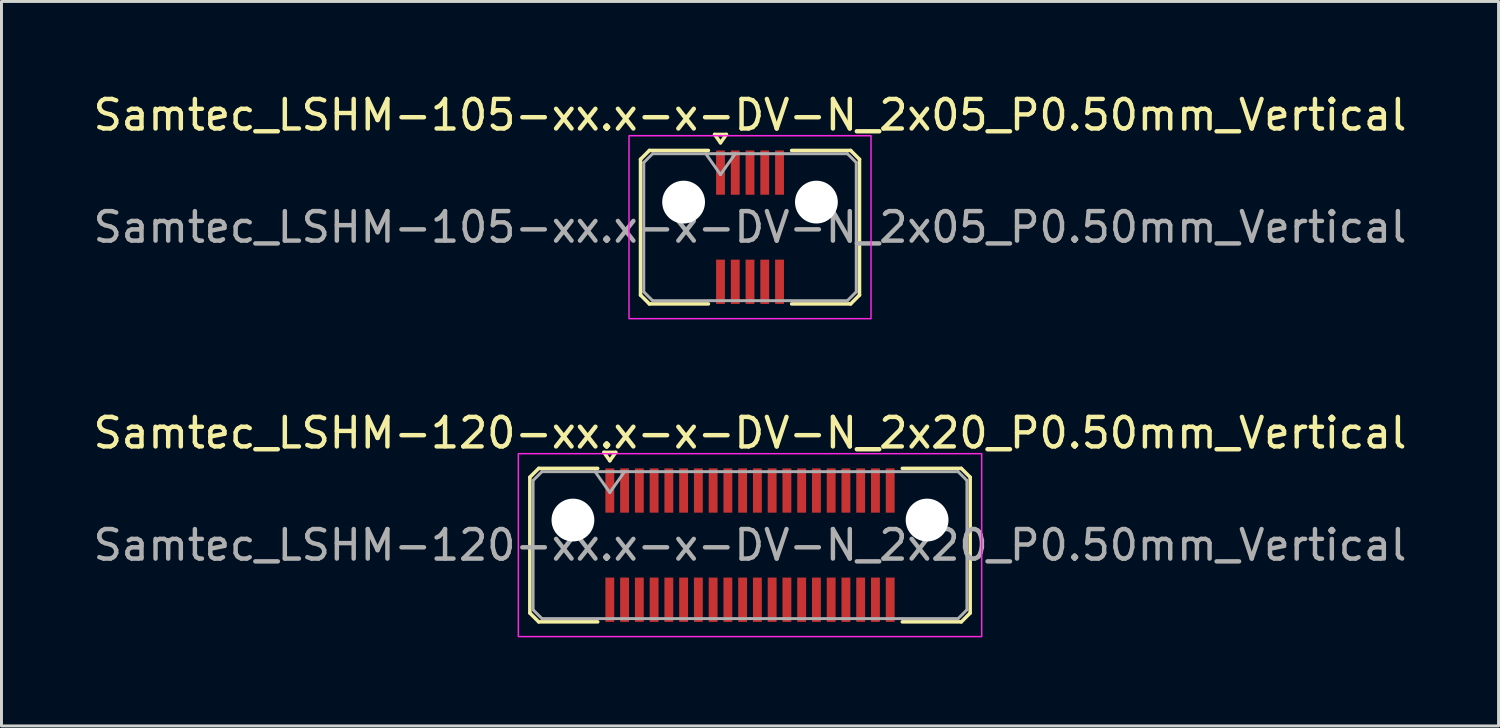
<source format=kicad_pcb>
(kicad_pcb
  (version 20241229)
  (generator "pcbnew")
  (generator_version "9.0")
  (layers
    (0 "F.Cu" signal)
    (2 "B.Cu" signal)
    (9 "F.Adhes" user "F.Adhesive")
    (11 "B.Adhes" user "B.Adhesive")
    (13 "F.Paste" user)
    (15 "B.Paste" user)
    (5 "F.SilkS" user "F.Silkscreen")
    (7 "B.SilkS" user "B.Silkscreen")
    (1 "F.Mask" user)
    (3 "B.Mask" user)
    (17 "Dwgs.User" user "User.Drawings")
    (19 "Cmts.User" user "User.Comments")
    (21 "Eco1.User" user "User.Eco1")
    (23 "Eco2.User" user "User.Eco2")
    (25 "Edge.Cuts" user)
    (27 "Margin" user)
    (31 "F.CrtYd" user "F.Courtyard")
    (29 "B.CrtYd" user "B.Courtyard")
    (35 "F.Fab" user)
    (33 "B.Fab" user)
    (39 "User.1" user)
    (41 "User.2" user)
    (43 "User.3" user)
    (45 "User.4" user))
  (footprint "Samtec_LSHM-105-xx.x-x-DV-N_2x05_P0.50mm_Vertical"
    (layer "F.Cu")
    (at 22.363 4.648)
    (property "Reference" "Samtec_LSHM-105-xx.x-x-DV-N_2x05_P0.50mm_Vertical" (at 0 -3.8 0) (layer "F.SilkS") (effects (font (size 1 1) (thickness 0.15))))
    (attr smd)
    (fp_line (start -3.71 -2.3) (end -3.71 2.3) (stroke (width 0.12) (type solid)) (layer "F.SilkS"))
    (fp_line (start -3.71 2.3) (end -3.41 2.6) (stroke (width 0.12) (type solid)) (layer "F.SilkS"))
    (fp_line (start -3.41 -2.6) (end -3.71 -2.3) (stroke (width 0.12) (type solid)) (layer "F.SilkS"))
    (fp_line (start -3.41 2.6) (end -1.41 2.6) (stroke (width 0.12) (type solid)) (layer "F.SilkS"))
    (fp_line (start -1.41 -2.6) (end -3.41 -2.6) (stroke (width 0.12) (type solid)) (layer "F.SilkS"))
    (fp_line (start -1.2 -3.143) (end -0.8 -3.143) (stroke (width 0.12) (type solid)) (layer "F.SilkS"))
    (fp_line (start -1 -2.86) (end -1.2 -3.143) (stroke (width 0.12) (type solid)) (layer "F.SilkS"))
    (fp_line (start -0.8 -3.143) (end -1 -2.86) (stroke (width 0.12) (type solid)) (layer "F.SilkS"))
    (fp_line (start 1.41 -2.6) (end 3.41 -2.6) (stroke (width 0.12) (type solid)) (layer "F.SilkS"))
    (fp_line (start 3.41 -2.6) (end 3.71 -2.3) (stroke (width 0.12) (type solid)) (layer "F.SilkS"))
    (fp_line (start 3.41 2.6) (end 1.41 2.6) (stroke (width 0.12) (type solid)) (layer "F.SilkS"))
    (fp_line (start 3.71 -2.3) (end 3.71 2.3) (stroke (width 0.12) (type solid)) (layer "F.SilkS"))
    (fp_line (start 3.71 2.3) (end 3.41 2.6) (stroke (width 0.12) (type solid)) (layer "F.SilkS"))
    (fp_rect (start -4.1 -3.1) (end 4.1 3.1) (stroke (width 0.05) (type solid)) (fill no) (layer "F.CrtYd"))
    (fp_line (start -3.6 -2.19) (end -3.6 2.19) (stroke (width 0.1) (type solid)) (layer "F.Fab"))
    (fp_line (start -3.6 2.19) (end -3.3 2.49) (stroke (width 0.1) (type solid)) (layer "F.Fab"))
    (fp_line (start -3.3 -2.49) (end -3.6 -2.19) (stroke (width 0.1) (type solid)) (layer "F.Fab"))
    (fp_line (start -3.3 2.49) (end 0 2.49) (stroke (width 0.1) (type solid)) (layer "F.Fab"))
    (fp_line (start -1.5 -2.49) (end -1 -1.783) (stroke (width 0.1) (type solid)) (layer "F.Fab"))
    (fp_line (start -1 -1.783) (end -0.5 -2.49) (stroke (width 0.1) (type solid)) (layer "F.Fab"))
    (fp_line (start 0 -2.49) (end -3.3 -2.49) (stroke (width 0.1) (type solid)) (layer "F.Fab"))
    (fp_line (start 0 -2.49) (end 3.3 -2.49) (stroke (width 0.1) (type solid)) (layer "F.Fab"))
    (fp_line (start 3.3 -2.49) (end 3.6 -2.19) (stroke (width 0.1) (type solid)) (layer "F.Fab"))
    (fp_line (start 3.3 2.49) (end 0 2.49) (stroke (width 0.1) (type solid)) (layer "F.Fab"))
    (fp_line (start 3.6 -2.19) (end 3.6 2.19) (stroke (width 0.1) (type solid)) (layer "F.Fab"))
    (fp_line (start 3.6 2.19) (end 3.3 2.49) (stroke (width 0.1) (type solid)) (layer "F.Fab"))
    (fp_text user "${REFERENCE}" (at 0 0 0) (layer "F.Fab") (effects (font (size 1 1) (thickness 0.15))))
    (pad "" np_thru_hole circle (at -2.25 -0.85) (size 1.45 1.45) (drill 1.45) (layers "*.Cu" "*.Mask"))
    (pad "" np_thru_hole circle (at 2.25 -0.85) (size 1.45 1.45) (drill 1.45) (layers "*.Cu" "*.Mask"))
    (pad "1" smd rect (at -1 -1.85) (size 0.3 1.5) (layers "F.Cu" "F.Mask" "F.Paste"))
    (pad "2" smd rect (at -1 1.85) (size 0.3 1.5) (layers "F.Cu" "F.Mask" "F.Paste"))
    (pad "3" smd rect (at -0.5 -1.85) (size 0.3 1.5) (layers "F.Cu" "F.Mask" "F.Paste"))
    (pad "4" smd rect (at -0.5 1.85) (size 0.3 1.5) (layers "F.Cu" "F.Mask" "F.Paste"))
    (pad "5" smd rect (at 0 -1.85) (size 0.3 1.5) (layers "F.Cu" "F.Mask" "F.Paste"))
    (pad "6" smd rect (at 0 1.85) (size 0.3 1.5) (layers "F.Cu" "F.Mask" "F.Paste"))
    (pad "7" smd rect (at 0.5 -1.85) (size 0.3 1.5) (layers "F.Cu" "F.Mask" "F.Paste"))
    (pad "8" smd rect (at 0.5 1.85) (size 0.3 1.5) (layers "F.Cu" "F.Mask" "F.Paste"))
    (pad "9" smd rect (at 1 -1.85) (size 0.3 1.5) (layers "F.Cu" "F.Mask" "F.Paste"))
    (pad "10" smd rect (at 1 1.85) (size 0.3 1.5) (layers "F.Cu" "F.Mask" "F.Paste")))
  (footprint "Samtec_LSHM-120-xx.x-x-DV-N_2x20_P0.50mm_Vertical"
    (layer "F.Cu")
    (at 22.363 15.421)
    (property "Reference" "Samtec_LSHM-120-xx.x-x-DV-N_2x20_P0.50mm_Vertical" (at 0 -3.8 0) (layer "F.SilkS") (effects (font (size 1 1) (thickness 0.15))))
    (attr smd)
    (fp_line (start -7.46 -2.3) (end -7.46 2.3) (stroke (width 0.12) (type solid)) (layer "F.SilkS"))
    (fp_line (start -7.46 2.3) (end -7.16 2.6) (stroke (width 0.12) (type solid)) (layer "F.SilkS"))
    (fp_line (start -7.16 -2.6) (end -7.46 -2.3) (stroke (width 0.12) (type solid)) (layer "F.SilkS"))
    (fp_line (start -7.16 2.6) (end -5.16 2.6) (stroke (width 0.12) (type solid)) (layer "F.SilkS"))
    (fp_line (start -5.16 -2.6) (end -7.16 -2.6) (stroke (width 0.12) (type solid)) (layer "F.SilkS"))
    (fp_line (start -4.95 -3.143) (end -4.55 -3.143) (stroke (width 0.12) (type solid)) (layer "F.SilkS"))
    (fp_line (start -4.75 -2.86) (end -4.95 -3.143) (stroke (width 0.12) (type solid)) (layer "F.SilkS"))
    (fp_line (start -4.55 -3.143) (end -4.75 -2.86) (stroke (width 0.12) (type solid)) (layer "F.SilkS"))
    (fp_line (start 5.16 -2.6) (end 7.16 -2.6) (stroke (width 0.12) (type solid)) (layer "F.SilkS"))
    (fp_line (start 7.16 -2.6) (end 7.46 -2.3) (stroke (width 0.12) (type solid)) (layer "F.SilkS"))
    (fp_line (start 7.16 2.6) (end 5.16 2.6) (stroke (width 0.12) (type solid)) (layer "F.SilkS"))
    (fp_line (start 7.46 -2.3) (end 7.46 2.3) (stroke (width 0.12) (type solid)) (layer "F.SilkS"))
    (fp_line (start 7.46 2.3) (end 7.16 2.6) (stroke (width 0.12) (type solid)) (layer "F.SilkS"))
    (fp_rect (start -7.85 -3.1) (end 7.85 3.1) (stroke (width 0.05) (type solid)) (fill no) (layer "F.CrtYd"))
    (fp_line (start -7.35 -2.19) (end -7.35 2.19) (stroke (width 0.1) (type solid)) (layer "F.Fab"))
    (fp_line (start -7.35 2.19) (end -7.05 2.49) (stroke (width 0.1) (type solid)) (layer "F.Fab"))
    (fp_line (start -7.05 -2.49) (end -7.35 -2.19) (stroke (width 0.1) (type solid)) (layer "F.Fab"))
    (fp_line (start -7.05 2.49) (end 0 2.49) (stroke (width 0.1) (type solid)) (layer "F.Fab"))
    (fp_line (start -5.25 -2.49) (end -4.75 -1.783) (stroke (width 0.1) (type solid)) (layer "F.Fab"))
    (fp_line (start -4.75 -1.783) (end -4.25 -2.49) (stroke (width 0.1) (type solid)) (layer "F.Fab"))
    (fp_line (start 0 -2.49) (end -7.05 -2.49) (stroke (width 0.1) (type solid)) (layer "F.Fab"))
    (fp_line (start 0 -2.49) (end 7.05 -2.49) (stroke (width 0.1) (type solid)) (layer "F.Fab"))
    (fp_line (start 7.05 -2.49) (end 7.35 -2.19) (stroke (width 0.1) (type solid)) (layer "F.Fab"))
    (fp_line (start 7.05 2.49) (end 0 2.49) (stroke (width 0.1) (type solid)) (layer "F.Fab"))
    (fp_line (start 7.35 -2.19) (end 7.35 2.19) (stroke (width 0.1) (type solid)) (layer "F.Fab"))
    (fp_line (start 7.35 2.19) (end 7.05 2.49) (stroke (width 0.1) (type solid)) (layer "F.Fab"))
    (fp_text user "${REFERENCE}" (at 0 0 0) (layer "F.Fab") (effects (font (size 1 1) (thickness 0.15))))
    (pad "" np_thru_hole circle (at -6 -0.85) (size 1.45 1.45) (drill 1.45) (layers "*.Cu" "*.Mask"))
    (pad "" np_thru_hole circle (at 6 -0.85) (size 1.45 1.45) (drill 1.45) (layers "*.Cu" "*.Mask"))
    (pad "1" smd rect (at -4.75 -1.85) (size 0.3 1.5) (layers "F.Cu" "F.Mask" "F.Paste"))
    (pad "2" smd rect (at -4.75 1.85) (size 0.3 1.5) (layers "F.Cu" "F.Mask" "F.Paste"))
    (pad "3" smd rect (at -4.25 -1.85) (size 0.3 1.5) (layers "F.Cu" "F.Mask" "F.Paste"))
    (pad "4" smd rect (at -4.25 1.85) (size 0.3 1.5) (layers "F.Cu" "F.Mask" "F.Paste"))
    (pad "5" smd rect (at -3.75 -1.85) (size 0.3 1.5) (layers "F.Cu" "F.Mask" "F.Paste"))
    (pad "6" smd rect (at -3.75 1.85) (size 0.3 1.5) (layers "F.Cu" "F.Mask" "F.Paste"))
    (pad "7" smd rect (at -3.25 -1.85) (size 0.3 1.5) (layers "F.Cu" "F.Mask" "F.Paste"))
    (pad "8" smd rect (at -3.25 1.85) (size 0.3 1.5) (layers "F.Cu" "F.Mask" "F.Paste"))
    (pad "9" smd rect (at -2.75 -1.85) (size 0.3 1.5) (layers "F.Cu" "F.Mask" "F.Paste"))
    (pad "10" smd rect (at -2.75 1.85) (size 0.3 1.5) (layers "F.Cu" "F.Mask" "F.Paste"))
    (pad "11" smd rect (at -2.25 -1.85) (size 0.3 1.5) (layers "F.Cu" "F.Mask" "F.Paste"))
    (pad "12" smd rect (at -2.25 1.85) (size 0.3 1.5) (layers "F.Cu" "F.Mask" "F.Paste"))
    (pad "13" smd rect (at -1.75 -1.85) (size 0.3 1.5) (layers "F.Cu" "F.Mask" "F.Paste"))
    (pad "14" smd rect (at -1.75 1.85) (size 0.3 1.5) (layers "F.Cu" "F.Mask" "F.Paste"))
    (pad "15" smd rect (at -1.25 -1.85) (size 0.3 1.5) (layers "F.Cu" "F.Mask" "F.Paste"))
    (pad "16" smd rect (at -1.25 1.85) (size 0.3 1.5) (layers "F.Cu" "F.Mask" "F.Paste"))
    (pad "17" smd rect (at -0.75 -1.85) (size 0.3 1.5) (layers "F.Cu" "F.Mask" "F.Paste"))
    (pad "18" smd rect (at -0.75 1.85) (size 0.3 1.5) (layers "F.Cu" "F.Mask" "F.Paste"))
    (pad "19" smd rect (at -0.25 -1.85) (size 0.3 1.5) (layers "F.Cu" "F.Mask" "F.Paste"))
    (pad "20" smd rect (at -0.25 1.85) (size 0.3 1.5) (layers "F.Cu" "F.Mask" "F.Paste"))
    (pad "21" smd rect (at 0.25 -1.85) (size 0.3 1.5) (layers "F.Cu" "F.Mask" "F.Paste"))
    (pad "22" smd rect (at 0.25 1.85) (size 0.3 1.5) (layers "F.Cu" "F.Mask" "F.Paste"))
    (pad "23" smd rect (at 0.75 -1.85) (size 0.3 1.5) (layers "F.Cu" "F.Mask" "F.Paste"))
    (pad "24" smd rect (at 0.75 1.85) (size 0.3 1.5) (layers "F.Cu" "F.Mask" "F.Paste"))
    (pad "25" smd rect (at 1.25 -1.85) (size 0.3 1.5) (layers "F.Cu" "F.Mask" "F.Paste"))
    (pad "26" smd rect (at 1.25 1.85) (size 0.3 1.5) (layers "F.Cu" "F.Mask" "F.Paste"))
    (pad "27" smd rect (at 1.75 -1.85) (size 0.3 1.5) (layers "F.Cu" "F.Mask" "F.Paste"))
    (pad "28" smd rect (at 1.75 1.85) (size 0.3 1.5) (layers "F.Cu" "F.Mask" "F.Paste"))
    (pad "29" smd rect (at 2.25 -1.85) (size 0.3 1.5) (layers "F.Cu" "F.Mask" "F.Paste"))
    (pad "30" smd rect (at 2.25 1.85) (size 0.3 1.5) (layers "F.Cu" "F.Mask" "F.Paste"))
    (pad "31" smd rect (at 2.75 -1.85) (size 0.3 1.5) (layers "F.Cu" "F.Mask" "F.Paste"))
    (pad "32" smd rect (at 2.75 1.85) (size 0.3 1.5) (layers "F.Cu" "F.Mask" "F.Paste"))
    (pad "33" smd rect (at 3.25 -1.85) (size 0.3 1.5) (layers "F.Cu" "F.Mask" "F.Paste"))
    (pad "34" smd rect (at 3.25 1.85) (size 0.3 1.5) (layers "F.Cu" "F.Mask" "F.Paste"))
    (pad "35" smd rect (at 3.75 -1.85) (size 0.3 1.5) (layers "F.Cu" "F.Mask" "F.Paste"))
    (pad "36" smd rect (at 3.75 1.85) (size 0.3 1.5) (layers "F.Cu" "F.Mask" "F.Paste"))
    (pad "37" smd rect (at 4.25 -1.85) (size 0.3 1.5) (layers "F.Cu" "F.Mask" "F.Paste"))
    (pad "38" smd rect (at 4.25 1.85) (size 0.3 1.5) (layers "F.Cu" "F.Mask" "F.Paste"))
    (pad "39" smd rect (at 4.75 -1.85) (size 0.3 1.5) (layers "F.Cu" "F.Mask" "F.Paste"))
    (pad "40" smd rect (at 4.75 1.85) (size 0.3 1.5) (layers "F.Cu" "F.Mask" "F.Paste")))
  (gr_rect
    (start -3 -3)
    (end 47.726 21.547)
    (stroke (width 0.1) (type default))
    (fill no)
    (layer "Edge.Cuts")))
</source>
